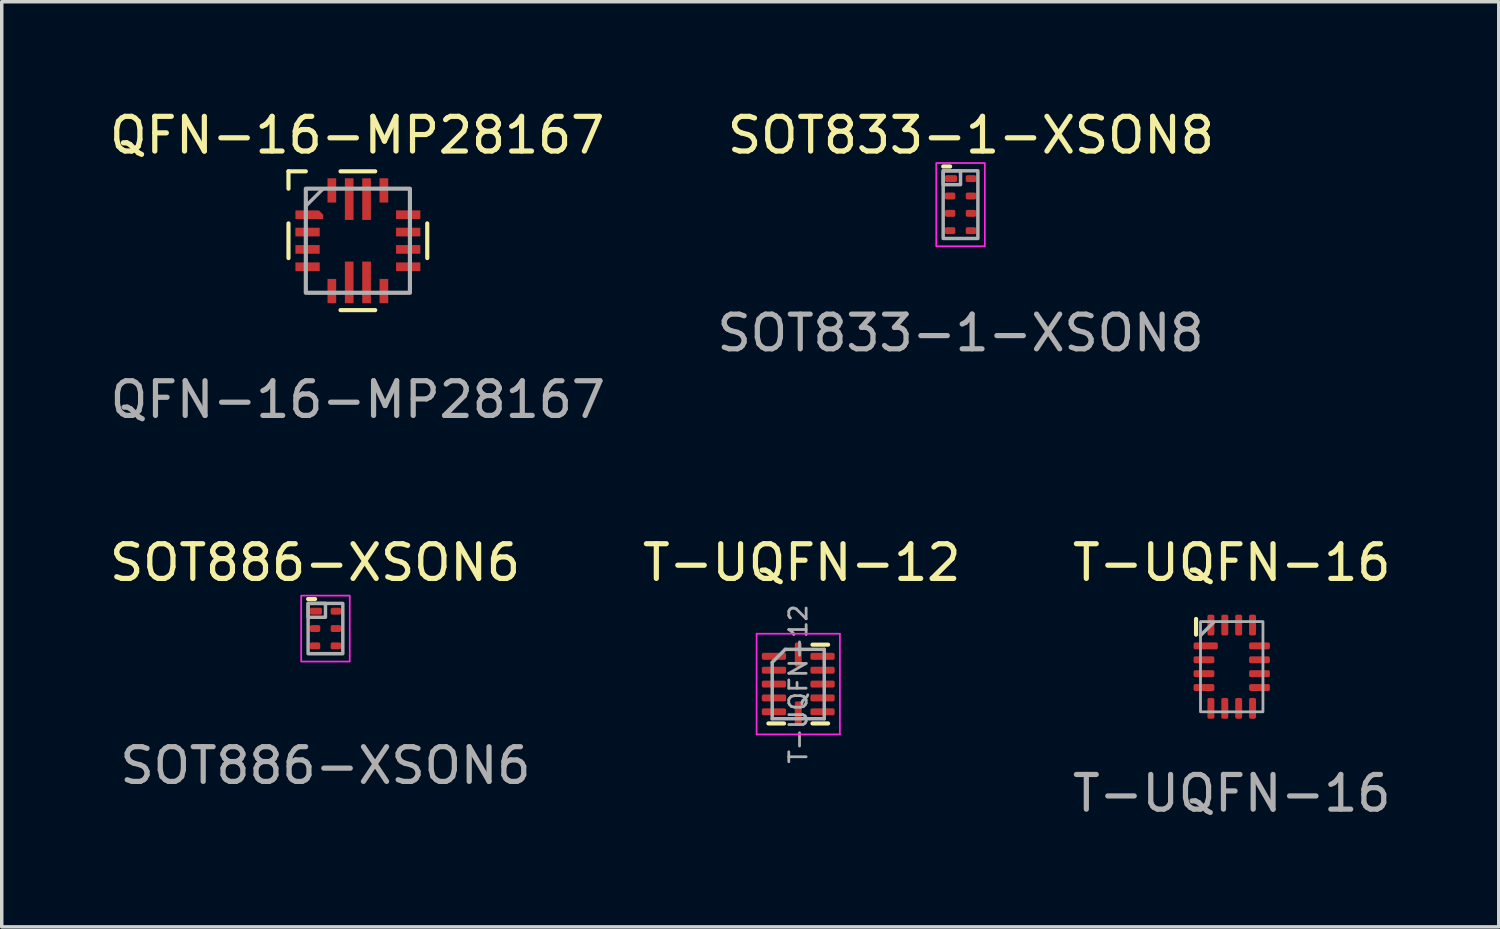
<source format=kicad_pcb>
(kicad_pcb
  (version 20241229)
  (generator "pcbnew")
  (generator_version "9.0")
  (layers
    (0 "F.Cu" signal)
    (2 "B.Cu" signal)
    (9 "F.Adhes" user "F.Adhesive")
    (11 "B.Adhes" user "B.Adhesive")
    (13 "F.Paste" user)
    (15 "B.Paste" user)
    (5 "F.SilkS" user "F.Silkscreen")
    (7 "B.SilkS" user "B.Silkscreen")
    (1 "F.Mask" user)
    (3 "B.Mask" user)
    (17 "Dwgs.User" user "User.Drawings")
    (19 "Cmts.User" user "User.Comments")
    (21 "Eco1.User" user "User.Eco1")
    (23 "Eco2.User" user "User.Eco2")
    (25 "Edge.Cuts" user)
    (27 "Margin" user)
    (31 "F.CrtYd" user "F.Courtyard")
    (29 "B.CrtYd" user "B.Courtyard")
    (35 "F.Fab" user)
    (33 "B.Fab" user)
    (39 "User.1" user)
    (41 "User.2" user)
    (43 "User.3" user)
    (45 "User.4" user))
  (footprint "QFN-16-MP28167"
    (layer "F.Cu")
    (at 7.264 3.888)
    (property "Reference" "QFN-16-MP28167" (at -0.02 -3.04 0) (unlocked yes) (layer "F.SilkS") (effects (font (size 1 1) (thickness 0.15))))
    (attr smd)
    (fp_line (start -2 -2) (end -2 -1.5) (stroke (width 0.12) (type default)) (layer "F.SilkS"))
    (fp_line (start -2 -0.5) (end -2 0.5) (stroke (width 0.12) (type default)) (layer "F.SilkS"))
    (fp_line (start -1.5 -2) (end -2 -2) (stroke (width 0.12) (type default)) (layer "F.SilkS"))
    (fp_line (start -0.5 -2) (end 0.5 -2) (stroke (width 0.12) (type default)) (layer "F.SilkS"))
    (fp_line (start -0.5 2) (end 0.5 2) (stroke (width 0.12) (type default)) (layer "F.SilkS"))
    (fp_line (start 2 -0.5) (end 2 0.5) (stroke (width 0.12) (type default)) (layer "F.SilkS"))
    (fp_line (start -2.2 -2.2) (end 2.2 -2.2) (stroke (width 0.12) (type default)) (layer "Margin"))
    (fp_line (start -2.2 2.2) (end -2.2 -2.2) (stroke (width 0.12) (type default)) (layer "Margin"))
    (fp_line (start 2.2 -2.2) (end 2.2 2.2) (stroke (width 0.12) (type default)) (layer "Margin"))
    (fp_line (start 2.2 2.2) (end -2.2 2.2) (stroke (width 0.12) (type default)) (layer "Margin"))
    (fp_line (start -1 -1.5) (end -1.5 -1) (stroke (width 0.1) (type default)) (layer "F.Fab"))
    (fp_rect (start -1.5 -1.5) (end 1.5 1.5) (stroke (width 0.12) (type default)) (fill no) (layer "F.Fab"))
    (fp_text user "${REFERENCE}" (at 0 4.58 0) (unlocked yes) (layer "F.Fab") (effects (font (size 1 1) (thickness 0.15))))
    (pad "1" smd roundrect (at -1.4 -0.75) (size 0.8 0.25) (layers "F.Cu" "F.Mask" "F.Paste") (roundrect_rratio 0) (chamfer_ratio 0.5) (chamfer top_right))
    (pad "2" smd rect (at -1.45 -0.25) (size 0.7 0.25) (layers "F.Cu" "F.Mask" "F.Paste"))
    (pad "3" smd rect (at -1.45 0.25) (size 0.7 0.25) (layers "F.Cu" "F.Mask" "F.Paste"))
    (pad "4" smd rect (at -1.45 0.75) (size 0.7 0.25) (layers "F.Cu" "F.Mask" "F.Paste"))
    (pad "5" smd rect (at -0.75 1.45) (size 0.25 0.7) (layers "F.Cu" "F.Mask" "F.Paste"))
    (pad "6" smd rect (at -0.25 1.2) (size 0.25 1.2) (layers "F.Cu" "F.Mask" "F.Paste"))
    (pad "7" smd rect (at 0.25 1.2) (size 0.25 1.2) (layers "F.Cu" "F.Mask" "F.Paste"))
    (pad "8" smd rect (at 0.75 1.45) (size 0.25 0.7) (layers "F.Cu" "F.Mask" "F.Paste"))
    (pad "9" smd rect (at 1.45 0.75) (size 0.7 0.25) (layers "F.Cu" "F.Mask" "F.Paste"))
    (pad "10" smd rect (at 1.45 0.25) (size 0.7 0.25) (layers "F.Cu" "F.Mask" "F.Paste"))
    (pad "11" smd rect (at 1.45 -0.25) (size 0.7 0.25) (layers "F.Cu" "F.Mask" "F.Paste"))
    (pad "12" smd rect (at 1.45 -0.75) (size 0.7 0.25) (layers "F.Cu" "F.Mask" "F.Paste"))
    (pad "13" smd rect (at 0.75 -1.45) (size 0.25 0.7) (layers "F.Cu" "F.Mask" "F.Paste"))
    (pad "14" smd rect (at 0.25 -1.2) (size 0.25 1.2) (layers "F.Cu" "F.Mask" "F.Paste"))
    (pad "15" smd rect (at -0.25 -1.2) (size 0.25 1.2) (layers "F.Cu" "F.Mask" "F.Paste"))
    (pad "16" smd rect (at -0.75 -1.45) (size 0.25 0.7) (layers "F.Cu" "F.Mask" "F.Paste")))
  (footprint "T-UQFN-16"
    (layer "F.Cu")
    (at 32.449 16.165)
    (property "Reference" "T-UQFN-16" (at 0 -3 0) (unlocked yes) (layer "F.SilkS") (effects (font (size 1 1) (thickness 0.15))))
    (attr smd)
    (fp_line (start -1.028 -1.376) (end -1.028 -0.926) (stroke (width 0.12) (type solid)) (layer "F.SilkS"))
    (fp_rect (start -1.2 -1.6) (end 1.2 1.6) (stroke (width 0.08) (type default)) (fill no) (layer "Margin"))
    (fp_line (start -0.9 -0.9) (end -0.525 -1.275) (stroke (width 0.1) (type solid)) (layer "F.Fab"))
    (fp_rect (start -0.9 -1.3) (end 0.9 1.3) (stroke (width 0.08) (type default)) (fill no) (layer "F.Fab"))
    (fp_text user "${REFERENCE}" (at 0 3.65 0) (unlocked yes) (layer "F.Fab") (effects (font (size 1 1) (thickness 0.15))))
    (pad "1" smd roundrect (at -0.75 -0.6) (size 0.7 0.2) (layers "F.Cu" "F.Mask" "F.Paste") (roundrect_rratio 0.25))
    (pad "2" smd roundrect (at -0.8 -0.2) (size 0.6 0.2) (layers "F.Cu" "F.Mask" "F.Paste") (roundrect_rratio 0.25))
    (pad "3" smd roundrect (at -0.8 0.2) (size 0.6 0.2) (layers "F.Cu" "F.Mask" "F.Paste") (roundrect_rratio 0.25))
    (pad "4" smd roundrect (at -0.8 0.6) (size 0.6 0.2) (layers "F.Cu" "F.Mask" "F.Paste") (roundrect_rratio 0.25))
    (pad "5" smd roundrect (at -0.6 1.2 90) (size 0.6 0.2) (layers "F.Cu" "F.Mask" "F.Paste") (roundrect_rratio 0.25))
    (pad "6" smd roundrect (at -0.2 1.2 90) (size 0.6 0.2) (layers "F.Cu" "F.Mask" "F.Paste") (roundrect_rratio 0.25))
    (pad "7" smd roundrect (at 0.2 1.2 270) (size 0.6 0.2) (layers "F.Cu" "F.Mask" "F.Paste") (roundrect_rratio 0.25))
    (pad "8" smd roundrect (at 0.6 1.2 90) (size 0.6 0.2) (layers "F.Cu" "F.Mask" "F.Paste") (roundrect_rratio 0.25))
    (pad "9" smd roundrect (at 0.8 0.6) (size 0.6 0.2) (layers "F.Cu" "F.Mask" "F.Paste") (roundrect_rratio 0.25))
    (pad "10" smd roundrect (at 0.8 0.2) (size 0.6 0.2) (layers "F.Cu" "F.Mask" "F.Paste") (roundrect_rratio 0.25))
    (pad "11" smd roundrect (at 0.8 -0.2) (size 0.6 0.2) (layers "F.Cu" "F.Mask" "F.Paste") (roundrect_rratio 0.25))
    (pad "12" smd roundrect (at 0.8 -0.6 180) (size 0.6 0.2) (layers "F.Cu" "F.Mask" "F.Paste") (roundrect_rratio 0.25))
    (pad "13" smd roundrect (at 0.6 -1.2 90) (size 0.6 0.2) (layers "F.Cu" "F.Mask" "F.Paste") (roundrect_rratio 0.25))
    (pad "14" smd roundrect (at 0.2 -1.2 90) (size 0.6 0.2) (layers "F.Cu" "F.Mask" "F.Paste") (roundrect_rratio 0.25))
    (pad "15" smd roundrect (at -0.2 -1.2 90) (size 0.6 0.2) (layers "F.Cu" "F.Mask" "F.Paste") (roundrect_rratio 0.25))
    (pad "16" smd roundrect (at -0.6 -1.2 270) (size 0.6 0.2) (layers "F.Cu" "F.Mask" "F.Paste") (roundrect_rratio 0.25)))
  (footprint "SOT833-1-XSON8"
    (layer "F.Cu")
    (at 24.633 2.848)
    (property "Reference" "SOT833-1-XSON8" (at 0.3 -2 0) (unlocked yes) (layer "F.SilkS") (effects (font (size 1 1) (thickness 0.15))))
    (attr smd)
    (fp_line (start -0.3 -1.1) (end -0.5 -1.1) (stroke (width 0.12) (type default)) (layer "F.SilkS"))
    (fp_rect (start -0.7 -1.2) (end 0.7 1.2) (stroke (width 0.05) (type default)) (fill no) (layer "F.CrtYd"))
    (fp_rect (start -0.5 -0.975) (end 0 -0.575) (stroke (width 0.1) (type default)) (fill no) (layer "F.Fab"))
    (fp_rect (start -0.5 -0.975) (end 0.5 0.975) (stroke (width 0.1) (type default)) (fill no) (layer "F.Fab"))
    (fp_text user "${REFERENCE}" (at 0 3.7 0) (unlocked yes) (layer "F.Fab") (effects (font (size 1 1) (thickness 0.15))))
    (pad "1" smd roundrect (at -0.275 -0.75) (size 0.35 0.2) (layers "F.Cu" "F.Mask" "F.Paste") (roundrect_rratio 0.25))
    (pad "2" smd roundrect (at -0.3 -0.25) (size 0.3 0.2) (layers "F.Cu" "F.Mask" "F.Paste") (roundrect_rratio 0.25))
    (pad "3" smd roundrect (at -0.3 0.25) (size 0.3 0.2) (layers "F.Cu" "F.Mask" "F.Paste") (roundrect_rratio 0.25))
    (pad "4" smd roundrect (at -0.3 0.75) (size 0.3 0.2) (layers "F.Cu" "F.Mask" "F.Paste") (roundrect_rratio 0.25))
    (pad "5" smd roundrect (at 0.3 0.75) (size 0.3 0.2) (layers "F.Cu" "F.Mask" "F.Paste") (roundrect_rratio 0.25))
    (pad "6" smd roundrect (at 0.3 0.25) (size 0.3 0.2) (layers "F.Cu" "F.Mask" "F.Paste") (roundrect_rratio 0.25))
    (pad "7" smd roundrect (at 0.3 -0.25) (size 0.3 0.2) (layers "F.Cu" "F.Mask" "F.Paste") (roundrect_rratio 0.25))
    (pad "8" smd roundrect (at 0.3 -0.75) (size 0.3 0.2) (layers "F.Cu" "F.Mask" "F.Paste") (roundrect_rratio 0.25)))
  (footprint "T-UQFN-12"
    (layer "F.Cu")
    (at 19.956 16.665)
    (property "Reference" "T-UQFN-12" (at 0.1 -3.5 0) (unlocked yes) (layer "F.SilkS") (effects (font (size 1 1) (thickness 0.15))))
    (attr smd)
    (fp_line (start -0.41 1.135) (end -0.86 1.135) (stroke (width 0.12) (type solid)) (layer "F.SilkS"))
    (fp_line (start 0.41 -1.135) (end 0.86 -1.135) (stroke (width 0.12) (type solid)) (layer "F.SilkS"))
    (fp_line (start 0.41 1.135) (end 0.86 1.135) (stroke (width 0.12) (type solid)) (layer "F.SilkS"))
    (fp_line (start -1.2 -1.45) (end -1.2 1.45) (stroke (width 0.05) (type solid)) (layer "F.CrtYd"))
    (fp_line (start -1.2 1.45) (end 1.2 1.45) (stroke (width 0.05) (type solid)) (layer "F.CrtYd"))
    (fp_line (start 1.2 -1.45) (end -1.2 -1.45) (stroke (width 0.05) (type solid)) (layer "F.CrtYd"))
    (fp_line (start 1.2 1.45) (end 1.2 -1.45) (stroke (width 0.05) (type solid)) (layer "F.CrtYd"))
    (fp_line (start -0.75 -0.625) (end -0.375 -1) (stroke (width 0.1) (type solid)) (layer "F.Fab"))
    (fp_line (start -0.75 1) (end -0.75 -0.625) (stroke (width 0.1) (type solid)) (layer "F.Fab"))
    (fp_line (start -0.375 -1) (end 0.75 -1) (stroke (width 0.1) (type solid)) (layer "F.Fab"))
    (fp_line (start 0.75 -1) (end 0.75 1) (stroke (width 0.1) (type solid)) (layer "F.Fab"))
    (fp_line (start 0.75 1) (end -0.75 1) (stroke (width 0.1) (type solid)) (layer "F.Fab"))
    (fp_text user "${REFERENCE}" (at 0 0 90) (layer "F.Fab") (effects (font (size 0.5 0.5) (thickness 0.08))))
    (pad "1" smd roundrect (at -0.7 -0.8) (size 0.7 0.2) (layers "F.Cu" "F.Mask" "F.Paste") (roundrect_rratio 0.25))
    (pad "2" smd roundrect (at -0.7 -0.4) (size 0.7 0.2) (layers "F.Cu" "F.Mask" "F.Paste") (roundrect_rratio 0.25))
    (pad "3" smd roundrect (at -0.7 0) (size 0.7 0.2) (layers "F.Cu" "F.Mask" "F.Paste") (roundrect_rratio 0.25))
    (pad "4" smd roundrect (at -0.7 0.4) (size 0.7 0.2) (layers "F.Cu" "F.Mask" "F.Paste") (roundrect_rratio 0.25))
    (pad "5" smd roundrect (at -0.7 0.8) (size 0.7 0.2) (layers "F.Cu" "F.Mask" "F.Paste") (roundrect_rratio 0.25))
    (pad "6" smd roundrect (at 0 0.85 90) (size 0.7 0.2) (layers "F.Cu" "F.Mask" "F.Paste") (roundrect_rratio 0.25))
    (pad "7" smd roundrect (at 0.7 0.8 180) (size 0.7 0.2) (layers "F.Cu" "F.Mask" "F.Paste") (roundrect_rratio 0.25))
    (pad "8" smd roundrect (at 0.7 0.4) (size 0.7 0.2) (layers "F.Cu" "F.Mask" "F.Paste") (roundrect_rratio 0.25))
    (pad "9" smd roundrect (at 0.7 0) (size 0.7 0.2) (layers "F.Cu" "F.Mask" "F.Paste") (roundrect_rratio 0.25))
    (pad "10" smd roundrect (at 0.7 -0.4) (size 0.7 0.2) (layers "F.Cu" "F.Mask" "F.Paste") (roundrect_rratio 0.25))
    (pad "11" smd roundrect (at 0.7 -0.8) (size 0.7 0.2) (layers "F.Cu" "F.Mask" "F.Paste") (roundrect_rratio 0.25))
    (pad "12" smd roundrect (at 0 -0.85 90) (size 0.7 0.2) (layers "F.Cu" "F.Mask" "F.Paste") (roundrect_rratio 0.25)))
  (footprint "SOT886-XSON6"
    (layer "F.Cu")
    (at 6.33 15.165)
    (property "Reference" "SOT886-XSON6" (at -0.3 -2 0) (unlocked yes) (layer "F.SilkS") (effects (font (size 1 1) (thickness 0.15))))
    (attr smd)
    (fp_line (start -0.3 -0.95) (end -0.5 -0.95) (stroke (width 0.12) (type default)) (layer "F.SilkS"))
    (fp_rect (start -0.7 -1.05) (end 0.7 0.85) (stroke (width 0.05) (type default)) (fill no) (layer "F.CrtYd"))
    (fp_rect (start -0.5 -0.825) (end 0 -0.425) (stroke (width 0.1) (type default)) (fill no) (layer "F.Fab"))
    (fp_rect (start -0.5 -0.825) (end 0.5 0.625) (stroke (width 0.1) (type default)) (fill no) (layer "F.Fab"))
    (fp_text user "${REFERENCE}" (at 0 3.85 0) (unlocked yes) (layer "F.Fab") (effects (font (size 1 1) (thickness 0.15))))
    (pad "1" smd roundrect (at -0.275 -0.6) (size 0.35 0.2) (layers "F.Cu" "F.Mask" "F.Paste") (roundrect_rratio 0.25))
    (pad "2" smd roundrect (at -0.3 -0.1) (size 0.3 0.2) (layers "F.Cu" "F.Mask" "F.Paste") (roundrect_rratio 0.25))
    (pad "3" smd roundrect (at -0.3 0.4) (size 0.3 0.2) (layers "F.Cu" "F.Mask" "F.Paste") (roundrect_rratio 0.25))
    (pad "4" smd roundrect (at 0.3 0.4) (size 0.3 0.2) (layers "F.Cu" "F.Mask" "F.Paste") (roundrect_rratio 0.25))
    (pad "5" smd roundrect (at 0.3 -0.1) (size 0.3 0.2) (layers "F.Cu" "F.Mask" "F.Paste") (roundrect_rratio 0.25))
    (pad "6" smd roundrect (at 0.3 -0.6) (size 0.3 0.2) (layers "F.Cu" "F.Mask" "F.Paste") (roundrect_rratio 0.25)))
  (gr_rect
    (start -3 -3)
    (end 40.145 23.663)
    (stroke (width 0.1) (type default))
    (fill no)
    (layer "Edge.Cuts")))
</source>
